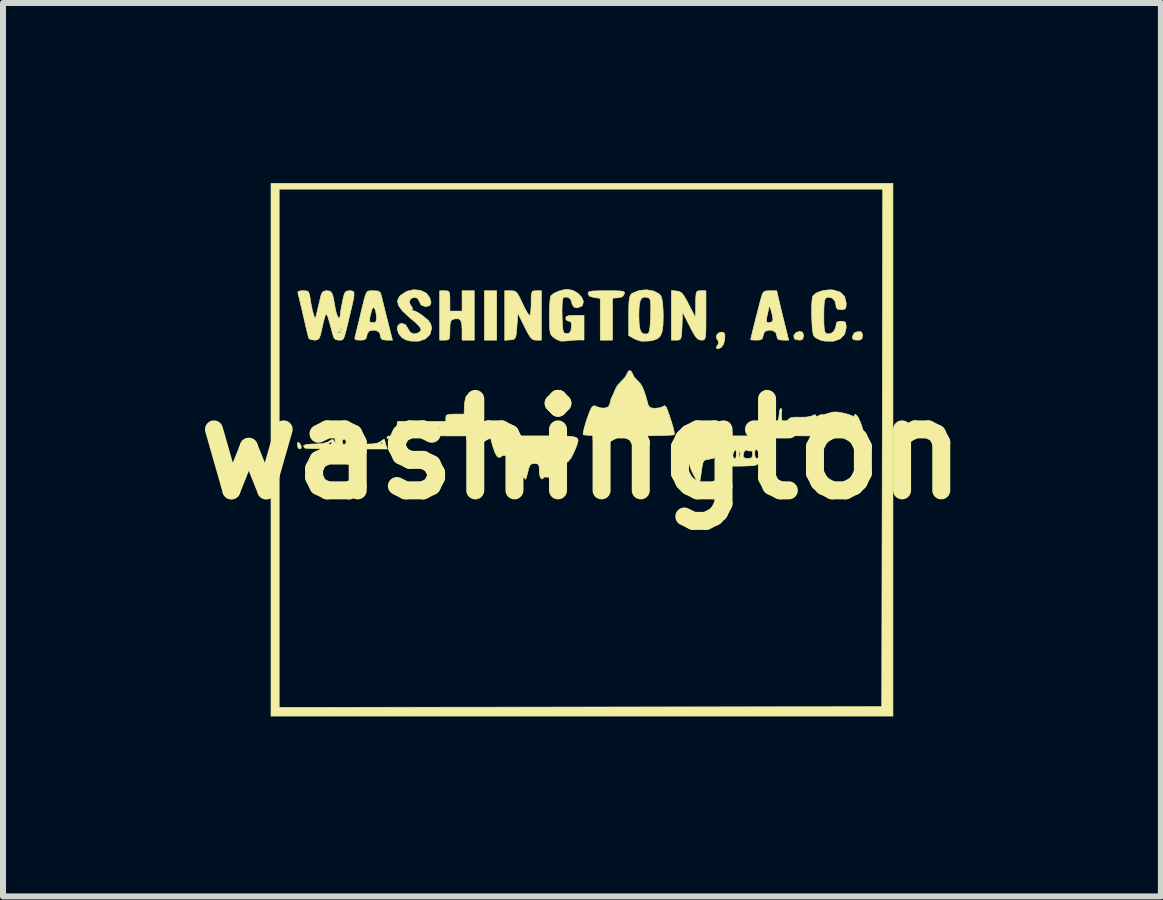
<source format=kicad_pcb>
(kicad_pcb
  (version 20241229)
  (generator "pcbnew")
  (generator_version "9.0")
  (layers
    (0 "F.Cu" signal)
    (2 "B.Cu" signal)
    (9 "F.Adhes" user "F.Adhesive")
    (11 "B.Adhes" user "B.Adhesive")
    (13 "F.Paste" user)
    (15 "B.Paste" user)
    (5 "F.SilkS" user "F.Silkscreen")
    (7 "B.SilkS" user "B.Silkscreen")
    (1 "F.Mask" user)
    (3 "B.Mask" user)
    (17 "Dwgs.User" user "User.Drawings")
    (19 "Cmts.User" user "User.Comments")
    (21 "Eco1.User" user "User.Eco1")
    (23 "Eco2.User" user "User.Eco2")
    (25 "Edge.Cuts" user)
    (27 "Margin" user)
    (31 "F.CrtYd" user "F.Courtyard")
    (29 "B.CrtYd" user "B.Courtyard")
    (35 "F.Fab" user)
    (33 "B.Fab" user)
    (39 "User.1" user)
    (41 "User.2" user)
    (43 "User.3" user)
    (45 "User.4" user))
  (footprint "washington"
    (layer "F.Cu")
    (at 6.648 4.432)
    (property "Reference" "washington" (at 0 0 0) (layer "F.SilkS") (effects (font (size 1.524 1.524) (thickness 0.3))))
    (attr through_hole)
    (fp_poly (pts (xy -1.422 -1.814) (xy -1.626 -1.814) (xy -1.626 -2.637) (xy -1.422 -2.637) (xy -1.422 -1.814)) (stroke (width 0.01) (type solid)) (fill yes) (layer "F.SilkS"))
    (fp_poly (pts (xy -4.718 -0.107) (xy -4.707 -0.097) (xy -4.677 -0.046) (xy -4.683 -0.009) (xy -4.707 0) (xy -4.732 -0.021) (xy -4.741 -0.067) (xy -4.736 -0.109) (xy -4.718 -0.107)) (stroke (width 0.01) (type solid)) (fill yes) (layer "F.SilkS"))
    (fp_poly (pts (xy -3.195 -0.203) (xy -3.2 -0.194) (xy -3.231 -0.17) (xy -3.236 -0.169) (xy -3.251 -0.188) (xy -3.251 -0.194) (xy -3.225 -0.217) (xy -3.215 -0.218) (xy -3.195 -0.203)) (stroke (width 0.01) (type solid)) (fill yes) (layer "F.SilkS"))
    (fp_poly (pts (xy 4.651 -1.953) (xy 4.671 -1.924) (xy 4.674 -1.889) (xy 4.665 -1.836) (xy 4.628 -1.816) (xy 4.587 -1.814) (xy 4.525 -1.821) (xy 4.508 -1.852) (xy 4.51 -1.881) (xy 4.539 -1.936) (xy 4.597 -1.955) (xy 4.651 -1.953)) (stroke (width 0.01) (type solid)) (fill yes) (layer "F.SilkS"))
    (fp_poly (pts (xy 3.674 -1.947) (xy 3.691 -1.903) (xy 3.691 -1.887) (xy 3.681 -1.833) (xy 3.641 -1.815) (xy 3.626 -1.814) (xy 3.561 -1.825) (xy 3.539 -1.839) (xy 3.529 -1.887) (xy 3.561 -1.935) (xy 3.618 -1.959) (xy 3.626 -1.959) (xy 3.674 -1.947)) (stroke (width 0.01) (type solid)) (fill yes) (layer "F.SilkS"))
    (fp_poly (pts (xy 5.182 4.451) (xy -5.182 4.451) (xy -5.182 -4.33) (xy -5.046 -4.33) (xy -5.046 4.306) (xy -0.025 4.3) (xy 4.995 4.294) (xy 5.004 -0.018) (xy 5.012 -4.33) (xy -5.046 -4.33) (xy -5.182 -4.33) (xy -5.182 -4.427) (xy 5.182 -4.427) (xy 5.182 4.451)) (stroke (width 0.01) (type solid)) (fill yes) (layer "F.SilkS"))
    (fp_poly (pts (xy 2.362 -1.941) (xy 2.38 -1.912) (xy 2.381 -1.849) (xy 2.381 -1.842) (xy 2.362 -1.752) (xy 2.321 -1.692) (xy 2.265 -1.669) (xy 2.236 -1.685) (xy 2.236 -1.687) (xy 2.252 -1.721) (xy 2.268 -1.741) (xy 2.278 -1.789) (xy 2.265 -1.806) (xy 2.237 -1.856) (xy 2.249 -1.908) (xy 2.292 -1.943) (xy 2.32 -1.947) (xy 2.362 -1.941)) (stroke (width 0.01) (type solid)) (fill yes) (layer "F.SilkS"))
    (fp_poly (pts (xy 0.554 -2.636) (xy 0.643 -2.633) (xy 0.69 -2.625) (xy 0.707 -2.61) (xy 0.706 -2.585) (xy 0.705 -2.582) (xy 0.673 -2.537) (xy 0.601 -2.52) (xy 0.508 -2.513) (xy 0.508 -1.814) (xy 0.305 -1.814) (xy 0.305 -2.51) (xy 0.203 -2.524) (xy 0.125 -2.547) (xy 0.102 -2.588) (xy 0.102 -2.588) (xy 0.106 -2.611) (xy 0.13 -2.625) (xy 0.184 -2.633) (xy 0.282 -2.636) (xy 0.409 -2.637) (xy 0.554 -2.636)) (stroke (width 0.01) (type solid)) (fill yes) (layer "F.SilkS"))
    (fp_poly (pts (xy -2.242 -2.634) (xy -2.216 -2.62) (xy -2.205 -2.583) (xy -2.201 -2.513) (xy -2.201 -2.467) (xy -2.201 -2.298) (xy -1.998 -2.298) (xy -1.998 -2.637) (xy -1.795 -2.637) (xy -1.795 -1.814) (xy -1.998 -1.814) (xy -1.998 -1.982) (xy -2.003 -2.084) (xy -2.021 -2.144) (xy -2.057 -2.17) (xy -2.116 -2.169) (xy -2.134 -2.165) (xy -2.17 -2.151) (xy -2.19 -2.121) (xy -2.199 -2.065) (xy -2.201 -1.982) (xy -2.203 -1.894) (xy -2.21 -1.844) (xy -2.229 -1.821) (xy -2.265 -1.815) (xy -2.286 -1.814) (xy -2.371 -1.814) (xy -2.371 -2.637) (xy -2.286 -2.637) (xy -2.242 -2.634)) (stroke (width 0.01) (type solid)) (fill yes) (layer "F.SilkS"))
    (fp_poly (pts (xy -1.139 -2.634) (xy -1.103 -2.62) (xy -1.072 -2.586) (xy -1.037 -2.523) (xy -0.994 -2.431) (xy -0.95 -2.34) (xy -0.91 -2.27) (xy -0.882 -2.23) (xy -0.874 -2.226) (xy -0.861 -2.248) (xy -0.852 -2.307) (xy -0.847 -2.393) (xy -0.847 -2.431) (xy -0.846 -2.531) (xy -0.841 -2.591) (xy -0.828 -2.623) (xy -0.803 -2.635) (xy -0.762 -2.637) (xy -0.677 -2.637) (xy -0.677 -1.814) (xy -0.76 -1.814) (xy -0.795 -1.817) (xy -0.826 -1.83) (xy -0.857 -1.86) (xy -0.892 -1.913) (xy -0.937 -1.997) (xy -0.997 -2.118) (xy -1.02 -2.165) (xy -1.067 -2.262) (xy -1.084 -2.044) (xy -1.092 -1.941) (xy -1.102 -1.877) (xy -1.118 -1.841) (xy -1.144 -1.825) (xy -1.185 -1.819) (xy -1.194 -1.819) (xy -1.287 -1.811) (xy -1.287 -2.637) (xy -1.187 -2.637) (xy -1.139 -2.634)) (stroke (width 0.01) (type solid)) (fill yes) (layer "F.SilkS"))
    (fp_poly (pts (xy 1.579 -2.632) (xy 1.623 -2.624) (xy 1.66 -2.601) (xy 1.697 -2.555) (xy 1.743 -2.478) (xy 1.78 -2.407) (xy 1.892 -2.189) (xy 1.894 -2.413) (xy 1.896 -2.518) (xy 1.901 -2.583) (xy 1.913 -2.619) (xy 1.935 -2.634) (xy 1.971 -2.637) (xy 1.981 -2.637) (xy 2.066 -2.637) (xy 2.066 -2.226) (xy 2.066 -2.076) (xy 2.064 -1.968) (xy 2.06 -1.894) (xy 2.052 -1.849) (xy 2.039 -1.825) (xy 2.02 -1.816) (xy 1.994 -1.814) (xy 1.99 -1.814) (xy 1.952 -1.82) (xy 1.918 -1.843) (xy 1.881 -1.89) (xy 1.835 -1.97) (xy 1.795 -2.048) (xy 1.676 -2.281) (xy 1.667 -2.048) (xy 1.662 -1.94) (xy 1.655 -1.872) (xy 1.642 -1.835) (xy 1.621 -1.818) (xy 1.587 -1.814) (xy 1.574 -1.814) (xy 1.49 -1.814) (xy 1.49 -2.64) (xy 1.579 -2.632)) (stroke (width 0.01) (type solid)) (fill yes) (layer "F.SilkS"))
    (fp_poly (pts (xy 1.196 -2.632) (xy 1.289 -2.582) (xy 1.316 -2.549) (xy 1.332 -2.5) (xy 1.345 -2.414) (xy 1.352 -2.303) (xy 1.354 -2.206) (xy 1.35 -2.06) (xy 1.335 -1.954) (xy 1.306 -1.882) (xy 1.257 -1.837) (xy 1.185 -1.811) (xy 1.099 -1.798) (xy 0.987 -1.797) (xy 0.899 -1.824) (xy 0.872 -1.838) (xy 0.779 -1.89) (xy 0.779 -2.224) (xy 0.779 -2.227) (xy 0.948 -2.227) (xy 0.952 -2.093) (xy 0.965 -2) (xy 0.989 -1.944) (xy 1.027 -1.918) (xy 1.082 -1.917) (xy 1.083 -1.917) (xy 1.106 -1.928) (xy 1.122 -1.96) (xy 1.132 -2.019) (xy 1.14 -2.113) (xy 1.144 -2.217) (xy 1.147 -2.342) (xy 1.145 -2.428) (xy 1.138 -2.481) (xy 1.124 -2.51) (xy 1.102 -2.524) (xy 1.097 -2.525) (xy 1.037 -2.533) (xy 0.995 -2.514) (xy 0.968 -2.463) (xy 0.953 -2.375) (xy 0.948 -2.244) (xy 0.948 -2.227) (xy 0.779 -2.227) (xy 0.78 -2.36) (xy 0.784 -2.456) (xy 0.793 -2.521) (xy 0.807 -2.562) (xy 0.828 -2.587) (xy 0.838 -2.595) (xy 0.951 -2.641) (xy 1.076 -2.653) (xy 1.196 -2.632)) (stroke (width 0.01) (type solid)) (fill yes) (layer "F.SilkS"))
    (fp_poly (pts (xy 3.286 -2.461) (xy 3.311 -2.355) (xy 3.343 -2.224) (xy 3.375 -2.092) (xy 3.386 -2.05) (xy 3.445 -1.814) (xy 3.348 -1.814) (xy 3.277 -1.822) (xy 3.252 -1.853) (xy 3.251 -1.869) (xy 3.23 -1.943) (xy 3.17 -1.978) (xy 3.112 -1.98) (xy 3.052 -1.962) (xy 3.025 -1.917) (xy 3.02 -1.893) (xy 3.005 -1.838) (xy 2.966 -1.817) (xy 2.91 -1.814) (xy 2.84 -1.817) (xy 2.811 -1.822) (xy 2.817 -1.85) (xy 2.832 -1.914) (xy 2.854 -2.006) (xy 2.881 -2.114) (xy 2.89 -2.15) (xy 3.072 -2.15) (xy 3.077 -2.116) (xy 3.104 -2.105) (xy 3.121 -2.105) (xy 3.172 -2.122) (xy 3.182 -2.159) (xy 3.175 -2.211) (xy 3.162 -2.272) (xy 3.145 -2.329) (xy 3.13 -2.368) (xy 3.119 -2.376) (xy 3.118 -2.371) (xy 3.109 -2.326) (xy 3.093 -2.255) (xy 3.085 -2.219) (xy 3.072 -2.15) (xy 2.89 -2.15) (xy 2.91 -2.228) (xy 2.938 -2.337) (xy 2.962 -2.431) (xy 2.981 -2.501) (xy 2.983 -2.51) (xy 3.006 -2.583) (xy 3.032 -2.621) (xy 3.073 -2.635) (xy 3.132 -2.637) (xy 3.245 -2.637) (xy 3.286 -2.461)) (stroke (width 0.01) (type solid)) (fill yes) (layer "F.SilkS"))
    (fp_poly (pts (xy -3.475 -2.637) (xy -3.399 -2.632) (xy -3.362 -2.609) (xy -3.342 -2.553) (xy -3.34 -2.546) (xy -3.327 -2.488) (xy -3.304 -2.395) (xy -3.275 -2.278) (xy -3.243 -2.151) (xy -3.239 -2.135) (xy -3.158 -1.814) (xy -3.256 -1.814) (xy -3.327 -1.822) (xy -3.352 -1.852) (xy -3.353 -1.869) (xy -3.374 -1.943) (xy -3.434 -1.978) (xy -3.492 -1.98) (xy -3.552 -1.962) (xy -3.579 -1.917) (xy -3.584 -1.893) (xy -3.599 -1.838) (xy -3.638 -1.817) (xy -3.696 -1.814) (xy -3.767 -1.819) (xy -3.787 -1.842) (xy -3.779 -1.881) (xy -3.766 -1.93) (xy -3.745 -2.016) (xy -3.718 -2.124) (xy -3.711 -2.155) (xy -3.541 -2.155) (xy -3.537 -2.121) (xy -3.516 -2.107) (xy -3.486 -2.105) (xy -3.444 -2.111) (xy -3.426 -2.138) (xy -3.424 -2.198) (xy -3.425 -2.213) (xy -3.437 -2.294) (xy -3.455 -2.345) (xy -3.476 -2.36) (xy -3.497 -2.333) (xy -3.501 -2.321) (xy -3.529 -2.219) (xy -3.541 -2.155) (xy -3.711 -2.155) (xy -3.691 -2.238) (xy -3.656 -2.384) (xy -3.63 -2.49) (xy -3.609 -2.561) (xy -3.59 -2.605) (xy -3.568 -2.628) (xy -3.54 -2.636) (xy -3.504 -2.637) (xy -3.475 -2.637)) (stroke (width 0.01) (type solid)) (fill yes) (layer "F.SilkS"))
    (fp_poly (pts (xy -2.693 -2.644) (xy -2.597 -2.598) (xy -2.538 -2.524) (xy -2.515 -2.44) (xy -2.536 -2.389) (xy -2.6 -2.374) (xy -2.616 -2.375) (xy -2.679 -2.399) (xy -2.709 -2.455) (xy -2.738 -2.511) (xy -2.793 -2.528) (xy -2.794 -2.528) (xy -2.85 -2.508) (xy -2.875 -2.462) (xy -2.865 -2.407) (xy -2.844 -2.382) (xy -2.823 -2.34) (xy -2.83 -2.32) (xy -2.836 -2.302) (xy -2.82 -2.306) (xy -2.781 -2.298) (xy -2.713 -2.261) (xy -2.646 -2.214) (xy -2.563 -2.144) (xy -2.521 -2.087) (xy -2.507 -2.025) (xy -2.506 -2.007) (xy -2.534 -1.907) (xy -2.609 -1.835) (xy -2.719 -1.797) (xy -2.852 -1.798) (xy -2.936 -1.819) (xy -3.004 -1.86) (xy -3.052 -1.919) (xy -3.076 -1.985) (xy -3.073 -2.044) (xy -3.04 -2.084) (xy -2.999 -2.092) (xy -2.942 -2.073) (xy -2.905 -2.013) (xy -2.861 -1.944) (xy -2.8 -1.916) (xy -2.73 -1.933) (xy -2.726 -1.935) (xy -2.688 -1.966) (xy -2.683 -2.001) (xy -2.714 -2.049) (xy -2.786 -2.118) (xy -2.862 -2.181) (xy -2.987 -2.296) (xy -3.057 -2.39) (xy -3.075 -2.469) (xy -3.042 -2.541) (xy -3.023 -2.56) (xy -2.922 -2.627) (xy -2.806 -2.654) (xy -2.693 -2.644)) (stroke (width 0.01) (type solid)) (fill yes) (layer "F.SilkS"))
    (fp_poly (pts (xy 4.186 -2.65) (xy 4.304 -2.614) (xy 4.376 -2.542) (xy 4.403 -2.435) (xy 4.403 -2.426) (xy 4.399 -2.361) (xy 4.38 -2.331) (xy 4.335 -2.322) (xy 4.318 -2.322) (xy 4.256 -2.331) (xy 4.235 -2.366) (xy 4.233 -2.39) (xy 4.216 -2.465) (xy 4.17 -2.515) (xy 4.107 -2.53) (xy 4.089 -2.527) (xy 4.063 -2.514) (xy 4.047 -2.487) (xy 4.037 -2.438) (xy 4.032 -2.358) (xy 4.03 -2.239) (xy 4.03 -2.222) (xy 4.031 -2.097) (xy 4.036 -2.013) (xy 4.046 -1.96) (xy 4.062 -1.931) (xy 4.086 -1.918) (xy 4.148 -1.923) (xy 4.201 -1.965) (xy 4.23 -2.031) (xy 4.233 -2.061) (xy 4.244 -2.111) (xy 4.288 -2.128) (xy 4.318 -2.129) (xy 4.37 -2.124) (xy 4.395 -2.102) (xy 4.402 -2.05) (xy 4.403 -2.019) (xy 4.376 -1.912) (xy 4.303 -1.836) (xy 4.192 -1.796) (xy 4.052 -1.797) (xy 3.973 -1.814) (xy 3.898 -1.852) (xy 3.863 -1.884) (xy 3.85 -1.926) (xy 3.839 -2.003) (xy 3.832 -2.105) (xy 3.828 -2.219) (xy 3.827 -2.333) (xy 3.83 -2.435) (xy 3.838 -2.513) (xy 3.848 -2.551) (xy 3.907 -2.601) (xy 4.007 -2.638) (xy 4.123 -2.653) (xy 4.186 -2.65)) (stroke (width 0.01) (type solid)) (fill yes) (layer "F.SilkS"))
    (fp_poly (pts (xy -0.148 -2.642) (xy -0.065 -2.593) (xy -0.005 -2.528) (xy 0.024 -2.458) (xy 0.009 -2.396) (xy -0.011 -2.377) (xy -0.079 -2.351) (xy -0.137 -2.367) (xy -0.167 -2.419) (xy -0.169 -2.44) (xy -0.189 -2.496) (xy -0.236 -2.53) (xy -0.292 -2.531) (xy -0.312 -2.521) (xy -0.322 -2.49) (xy -0.33 -2.42) (xy -0.333 -2.323) (xy -0.331 -2.211) (xy -0.327 -2.089) (xy -0.32 -2.008) (xy -0.311 -1.958) (xy -0.295 -1.933) (xy -0.272 -1.924) (xy -0.254 -1.923) (xy -0.209 -1.932) (xy -0.186 -1.967) (xy -0.176 -2.026) (xy -0.175 -2.093) (xy -0.192 -2.124) (xy -0.218 -2.129) (xy -0.262 -2.149) (xy -0.271 -2.177) (xy -0.261 -2.207) (xy -0.22 -2.222) (xy -0.129 -2.226) (xy -0.119 -2.226) (xy 0.034 -2.226) (xy 0.034 -1.816) (xy -0.059 -1.817) (xy -0.163 -1.812) (xy -0.26 -1.801) (xy -0.348 -1.797) (xy -0.418 -1.823) (xy -0.455 -1.847) (xy -0.491 -1.875) (xy -0.516 -1.904) (xy -0.531 -1.945) (xy -0.538 -2.006) (xy -0.541 -2.097) (xy -0.542 -2.21) (xy -0.54 -2.329) (xy -0.536 -2.433) (xy -0.529 -2.51) (xy -0.521 -2.55) (xy -0.521 -2.551) (xy -0.471 -2.593) (xy -0.383 -2.632) (xy -0.286 -2.657) (xy -0.243 -2.661) (xy -0.148 -2.642)) (stroke (width 0.01) (type solid)) (fill yes) (layer "F.SilkS"))
    (fp_poly (pts (xy 3.331 -0.657) (xy 3.327 -0.617) (xy 3.323 -0.552) (xy 3.333 -0.474) (xy 3.335 -0.467) (xy 3.358 -0.378) (xy 3.412 -0.457) (xy 3.449 -0.504) (xy 3.493 -0.526) (xy 3.567 -0.531) (xy 3.626 -0.529) (xy 3.744 -0.532) (xy 3.828 -0.549) (xy 3.841 -0.555) (xy 3.884 -0.574) (xy 3.895 -0.556) (xy 3.905 -0.538) (xy 3.945 -0.556) (xy 3.945 -0.556) (xy 3.987 -0.574) (xy 3.996 -0.571) (xy 4.022 -0.57) (xy 4.086 -0.588) (xy 4.098 -0.593) (xy 4.178 -0.615) (xy 4.255 -0.616) (xy 4.344 -0.601) (xy 4.437 -0.577) (xy 4.501 -0.553) (xy 4.512 -0.545) (xy 4.534 -0.539) (xy 4.538 -0.555) (xy 4.549 -0.577) (xy 4.576 -0.563) (xy 4.603 -0.526) (xy 4.634 -0.46) (xy 4.663 -0.382) (xy 4.684 -0.308) (xy 4.691 -0.253) (xy 4.687 -0.238) (xy 4.649 -0.231) (xy 4.556 -0.226) (xy 4.418 -0.223) (xy 4.249 -0.22) (xy 4.06 -0.218) (xy 3.863 -0.218) (xy 3.67 -0.219) (xy 3.493 -0.221) (xy 3.343 -0.225) (xy 3.234 -0.229) (xy 3.176 -0.235) (xy 3.171 -0.237) (xy 3.165 -0.275) (xy 3.179 -0.335) (xy 3.204 -0.398) (xy 3.233 -0.444) (xy 3.249 -0.455) (xy 3.271 -0.482) (xy 3.284 -0.541) (xy 3.285 -0.57) (xy 3.291 -0.635) (xy 3.306 -0.673) (xy 3.314 -0.677) (xy 3.331 -0.657)) (stroke (width 0.01) (type solid)) (fill yes) (layer "F.SilkS"))
    (fp_poly (pts (xy 0.827 -1.288) (xy 0.842 -1.253) (xy 0.871 -1.198) (xy 0.927 -1.136) (xy 0.932 -1.132) (xy 0.969 -1.094) (xy 1.001 -1.044) (xy 1.032 -0.973) (xy 1.065 -0.873) (xy 1.104 -0.733) (xy 1.104 -0.732) (xy 1.135 -0.69) (xy 1.208 -0.677) (xy 1.213 -0.677) (xy 1.297 -0.687) (xy 1.347 -0.706) (xy 1.368 -0.719) (xy 1.386 -0.718) (xy 1.404 -0.696) (xy 1.425 -0.647) (xy 1.455 -0.563) (xy 1.488 -0.462) (xy 1.517 -0.368) (xy 1.535 -0.291) (xy 1.54 -0.245) (xy 1.538 -0.238) (xy 1.5 -0.232) (xy 1.406 -0.227) (xy 1.269 -0.223) (xy 1.099 -0.22) (xy 0.91 -0.218) (xy 0.713 -0.218) (xy 0.52 -0.219) (xy 0.342 -0.221) (xy 0.193 -0.225) (xy 0.084 -0.23) (xy 0.026 -0.236) (xy 0.02 -0.238) (xy 0.02 -0.269) (xy 0.034 -0.334) (xy 0.058 -0.42) (xy 0.087 -0.512) (xy 0.119 -0.599) (xy 0.148 -0.667) (xy 0.168 -0.7) (xy 0.202 -0.722) (xy 0.25 -0.704) (xy 0.323 -0.683) (xy 0.379 -0.682) (xy 0.44 -0.701) (xy 0.465 -0.752) (xy 0.467 -0.762) (xy 0.484 -0.832) (xy 0.507 -0.883) (xy 0.537 -0.945) (xy 0.556 -0.996) (xy 0.592 -1.059) (xy 0.652 -1.125) (xy 0.657 -1.13) (xy 0.715 -1.191) (xy 0.749 -1.248) (xy 0.75 -1.253) (xy 0.772 -1.296) (xy 0.796 -1.308) (xy 0.827 -1.288)) (stroke (width 0.01) (type solid)) (fill yes) (layer "F.SilkS"))
    (fp_poly (pts (xy -0.361 -0.217) (xy -0.225 -0.213) (xy -0.135 -0.203) (xy -0.084 -0.183) (xy -0.065 -0.151) (xy -0.071 -0.105) (xy -0.094 -0.042) (xy -0.125 0.035) (xy -0.179 0.146) (xy -0.235 0.214) (xy -0.292 0.236) (xy -0.347 0.212) (xy -0.385 0.163) (xy -0.408 0.127) (xy -0.423 0.116) (xy -0.434 0.135) (xy -0.445 0.192) (xy -0.457 0.284) (xy -0.471 0.381) (xy -0.484 0.439) (xy -0.501 0.467) (xy -0.528 0.474) (xy -0.563 0.469) (xy -0.627 0.467) (xy -0.643 0.483) (xy -0.664 0.499) (xy -0.677 0.496) (xy -0.697 0.465) (xy -0.709 0.403) (xy -0.711 0.361) (xy -0.714 0.29) (xy -0.729 0.255) (xy -0.763 0.243) (xy -0.791 0.242) (xy -0.836 0.247) (xy -0.865 0.269) (xy -0.886 0.318) (xy -0.905 0.393) (xy -0.923 0.463) (xy -0.936 0.502) (xy -0.944 0.502) (xy -0.944 0.502) (xy -0.972 0.467) (xy -1.025 0.463) (xy -1.073 0.49) (xy -1.096 0.494) (xy -1.118 0.456) (xy -1.135 0.381) (xy -1.147 0.274) (xy -1.15 0.23) (xy -1.157 0.152) (xy -1.17 0.083) (xy -1.185 0.033) (xy -1.2 0.007) (xy -1.212 0.015) (xy -1.217 0.054) (xy -1.23 0.101) (xy -1.267 0.106) (xy -1.321 0.109) (xy -1.336 0.119) (xy -1.375 0.144) (xy -1.412 0.126) (xy -1.448 0.065) (xy -1.486 -0.043) (xy -1.509 -0.127) (xy -1.532 -0.218) (xy -0.8 -0.218) (xy -0.55 -0.218) (xy -0.361 -0.217)) (stroke (width 0.01) (type solid)) (fill yes) (layer "F.SilkS"))
    (fp_poly (pts (xy -1.904 -0.875) (xy -1.889 -0.818) (xy -1.877 -0.75) (xy -1.859 -0.656) (xy -1.84 -0.601) (xy -1.815 -0.573) (xy -1.778 -0.562) (xy -1.77 -0.561) (xy -1.728 -0.55) (xy -1.695 -0.523) (xy -1.666 -0.47) (xy -1.635 -0.384) (xy -1.609 -0.296) (xy -1.586 -0.218) (xy -2.035 -0.218) (xy -2.215 -0.218) (xy -2.338 -0.219) (xy -2.411 -0.223) (xy -2.445 -0.231) (xy -2.447 -0.243) (xy -2.429 -0.26) (xy -2.424 -0.264) (xy -2.384 -0.316) (xy -2.381 -0.355) (xy -2.393 -0.378) (xy -2.4 -0.355) (xy -2.401 -0.342) (xy -2.407 -0.304) (xy -2.432 -0.3) (xy -2.492 -0.326) (xy -2.579 -0.351) (xy -2.664 -0.363) (xy -2.472 -0.363) (xy -2.46 -0.343) (xy -2.45 -0.347) (xy -2.446 -0.375) (xy -2.45 -0.379) (xy -2.47 -0.376) (xy -2.472 -0.363) (xy -2.664 -0.363) (xy -2.7 -0.368) (xy -2.754 -0.371) (xy -2.865 -0.37) (xy -2.936 -0.355) (xy -2.996 -0.321) (xy -3.014 -0.307) (xy -3.1 -0.238) (xy -3.087 -0.349) (xy -3.086 -0.364) (xy -3.048 -0.364) (xy -3.023 -0.34) (xy -3.014 -0.339) (xy -2.981 -0.347) (xy -2.98 -0.349) (xy -3.004 -0.37) (xy -3.014 -0.375) (xy -3.045 -0.373) (xy -3.048 -0.364) (xy -3.086 -0.364) (xy -3.075 -0.46) (xy -2.269 -0.46) (xy -2.269 -0.52) (xy -2.263 -0.557) (xy -2.232 -0.575) (xy -2.158 -0.58) (xy -2.117 -0.581) (xy -1.964 -0.581) (xy -1.961 -0.695) (xy -1.954 -0.779) (xy -1.939 -0.852) (xy -1.933 -0.871) (xy -1.918 -0.891) (xy -1.904 -0.875)) (stroke (width 0.01) (type solid)) (fill yes) (layer "F.SilkS"))
    (fp_poly (pts (xy -4.002 -0.206) (xy -3.929 -0.177) (xy -3.86 -0.141) (xy -3.816 -0.108) (xy -3.812 -0.091) (xy -3.79 -0.085) (xy -3.716 -0.082) (xy -3.616 -0.081) (xy -3.488 -0.085) (xy -3.416 -0.097) (xy -3.353 -0.097) (xy -3.34 -0.077) (xy -3.33 -0.081) (xy -3.326 -0.109) (xy -3.33 -0.113) (xy -3.35 -0.11) (xy -3.353 -0.097) (xy -3.416 -0.097) (xy -3.408 -0.098) (xy -3.356 -0.123) (xy -3.345 -0.132) (xy -3.303 -0.162) (xy -3.287 -0.153) (xy -3.286 -0.145) (xy -3.276 -0.093) (xy -3.264 -0.054) (xy -3.243 0) (xy -3.919 0) (xy -4.126 -0.001) (xy -4.31 -0.003) (xy -4.46 -0.006) (xy -4.565 -0.01) (xy -4.615 -0.015) (xy -4.617 -0.016) (xy -4.642 -0.051) (xy -4.603 -0.074) (xy -4.502 -0.083) (xy -4.463 -0.083) (xy -4.331 -0.089) (xy -4.3 -0.097) (xy -4.216 -0.097) (xy -4.214 -0.074) (xy -4.201 -0.073) (xy -4.167 -0.09) (xy -4.166 -0.097) (xy -4.177 -0.12) (xy -4.181 -0.121) (xy -4.209 -0.104) (xy -4.216 -0.097) (xy -4.3 -0.097) (xy -4.244 -0.112) (xy -4.217 -0.127) (xy -4.167 -0.157) (xy -4.142 -0.151) (xy -4.124 -0.116) (xy -4.109 -0.091) (xy -4.109 -0.11) (xy -4.111 -0.121) (xy -3.996 -0.121) (xy -3.982 -0.082) (xy -3.962 -0.073) (xy -3.935 -0.093) (xy -3.934 -0.097) (xy -3.895 -0.097) (xy -3.882 -0.077) (xy -3.872 -0.081) (xy -3.868 -0.109) (xy -3.872 -0.113) (xy -3.892 -0.11) (xy -3.895 -0.097) (xy -3.934 -0.097) (xy -3.929 -0.121) (xy -3.943 -0.16) (xy -3.962 -0.169) (xy -3.99 -0.149) (xy -3.996 -0.121) (xy -4.111 -0.121) (xy -4.114 -0.139) (xy -4.119 -0.193) (xy -4.096 -0.215) (xy -4.06 -0.218) (xy -4.002 -0.206)) (stroke (width 0.01) (type solid)) (fill yes) (layer "F.SilkS"))
    (fp_poly (pts (xy -3.836 -2.635) (xy -3.811 -2.626) (xy -3.799 -2.603) (xy -3.799 -2.558) (xy -3.811 -2.484) (xy -3.835 -2.375) (xy -3.862 -2.262) (xy -3.899 -2.105) (xy -3.927 -1.99) (xy -3.948 -1.91) (xy -3.965 -1.859) (xy -3.982 -1.83) (xy -4 -1.817) (xy -4.021 -1.814) (xy -4.05 -1.814) (xy -4.105 -1.823) (xy -4.137 -1.859) (xy -4.151 -1.905) (xy -4.161 -1.941) (xy -4.083 -1.941) (xy -4.05 -1.937) (xy -4.006 -1.942) (xy -4.005 -1.95) (xy -4.051 -1.956) (xy -4.07 -1.952) (xy -4.083 -1.941) (xy -4.161 -1.941) (xy -4.171 -1.98) (xy -4.175 -1.996) (xy -4.03 -1.996) (xy -4.013 -1.984) (xy -3.996 -1.996) (xy -4.013 -2.008) (xy -4.03 -1.996) (xy -4.175 -1.996) (xy -4.197 -2.077) (xy -4.216 -2.141) (xy -4.236 -2.207) (xy -4.252 -2.241) (xy -4.268 -2.241) (xy -4.285 -2.204) (xy -4.306 -2.125) (xy -4.334 -2.003) (xy -4.336 -1.99) (xy -4.358 -1.899) (xy -4.378 -1.847) (xy -4.404 -1.822) (xy -4.442 -1.815) (xy -4.458 -1.814) (xy -4.525 -1.825) (xy -4.552 -1.845) (xy -4.562 -1.879) (xy -4.58 -1.951) (xy -4.604 -2.051) (xy -4.631 -2.17) (xy -4.639 -2.201) (xy -4.667 -2.326) (xy -4.694 -2.437) (xy -4.715 -2.524) (xy -4.729 -2.577) (xy -4.731 -2.582) (xy -4.734 -2.621) (xy -4.697 -2.635) (xy -4.648 -2.637) (xy -4.594 -2.635) (xy -4.562 -2.622) (xy -4.544 -2.587) (xy -4.531 -2.52) (xy -4.524 -2.471) (xy -4.51 -2.39) (xy -4.492 -2.308) (xy -4.472 -2.238) (xy -4.455 -2.189) (xy -4.443 -2.173) (xy -4.439 -2.179) (xy -4.433 -2.208) (xy -4.418 -2.271) (xy -4.402 -2.336) (xy -4.38 -2.429) (xy -4.36 -2.516) (xy -4.35 -2.558) (xy -4.326 -2.614) (xy -4.281 -2.635) (xy -4.253 -2.637) (xy -4.212 -2.633) (xy -4.182 -2.617) (xy -4.16 -2.58) (xy -4.141 -2.514) (xy -4.123 -2.411) (xy -4.113 -2.352) (xy -4.096 -2.274) (xy -4.075 -2.215) (xy -4.053 -2.182) (xy -4.037 -2.181) (xy -4.03 -2.22) (xy -4.03 -2.223) (xy -4.025 -2.27) (xy -4.012 -2.349) (xy -3.994 -2.443) (xy -3.992 -2.454) (xy -3.971 -2.547) (xy -3.952 -2.602) (xy -3.928 -2.628) (xy -3.892 -2.636) (xy -3.874 -2.637) (xy -3.836 -2.635)) (stroke (width 0.01) (type solid)) (fill yes) (layer "F.SilkS"))
    (fp_poly (pts (xy 3.068 -0.115) (xy 3.047 -0.05) (xy 3.022 -0.01) (xy 3.013 -0.004) (xy 2.986 0.024) (xy 2.978 0.056) (xy 2.975 0.093) (xy 2.964 0.086) (xy 2.945 0.054) (xy 2.912 0.008) (xy 2.889 0.01) (xy 2.879 0.058) (xy 2.879 0.084) (xy 2.886 0.14) (xy 2.911 0.157) (xy 2.927 0.154) (xy 2.958 0.154) (xy 2.958 0.186) (xy 2.95 0.21) (xy 2.934 0.244) (xy 2.907 0.265) (xy 2.855 0.277) (xy 2.76 0.282) (xy 2.665 0.285) (xy 2.521 0.286) (xy 2.433 0.279) (xy 2.405 0.267) (xy 2.377 0.245) (xy 2.354 0.242) (xy 2.323 0.23) (xy 2.306 0.187) (xy 2.3 0.106) (xy 2.299 0.103) (xy 2.299 0.085) (xy 2.345 0.085) (xy 2.348 0.134) (xy 2.356 0.147) (xy 2.36 0.139) (xy 2.364 0.103) (xy 2.416 0.103) (xy 2.419 0.138) (xy 2.445 0.168) (xy 2.463 0.153) (xy 2.47 0.097) (xy 2.513 0.097) (xy 2.518 0.132) (xy 2.545 0.167) (xy 2.564 0.155) (xy 2.572 0.1) (xy 2.572 0.085) (xy 2.616 0.085) (xy 2.619 0.134) (xy 2.627 0.147) (xy 2.631 0.139) (xy 2.633 0.123) (xy 2.684 0.123) (xy 2.714 0.153) (xy 2.775 0.159) (xy 2.826 0.148) (xy 2.844 0.107) (xy 2.845 0.088) (xy 2.839 0.042) (xy 2.823 0.032) (xy 2.823 0.032) (xy 2.781 0.033) (xy 2.759 0.023) (xy 2.723 0.017) (xy 2.698 0.054) (xy 2.695 0.061) (xy 2.684 0.123) (xy 2.633 0.123) (xy 2.637 0.081) (xy 2.632 0.043) (xy 2.623 0.029) (xy 2.617 0.058) (xy 2.616 0.085) (xy 2.572 0.085) (xy 2.572 0.079) (xy 2.568 0.023) (xy 2.558 0.011) (xy 2.537 0.036) (xy 2.533 0.041) (xy 2.513 0.097) (xy 2.47 0.097) (xy 2.47 0.097) (xy 2.47 0.079) (xy 2.467 0.023) (xy 2.459 0.011) (xy 2.44 0.039) (xy 2.435 0.047) (xy 2.416 0.103) (xy 2.364 0.103) (xy 2.366 0.081) (xy 2.361 0.043) (xy 2.352 0.029) (xy 2.346 0.058) (xy 2.345 0.085) (xy 2.299 0.085) (xy 2.297 0.029) (xy 2.291 -0.000263) (xy 2.282 0.01) (xy 2.269 0.045) (xy 2.237 0.117) (xy 2.189 0.155) (xy 2.11 0.172) (xy 2.1 0.173) (xy 2.057 0.181) (xy 2.03 0.199) (xy 2.012 0.24) (xy 1.999 0.312) (xy 1.991 0.372) (xy 1.978 0.463) (xy 1.965 0.533) (xy 1.955 0.569) (xy 1.954 0.572) (xy 1.936 0.557) (xy 1.903 0.507) (xy 1.868 0.446) (xy 1.828 0.366) (xy 1.802 0.299) (xy 1.795 0.269) (xy 1.779 0.22) (xy 1.766 0.204) (xy 1.744 0.171) (xy 1.714 0.104) (xy 1.682 0.021) (xy 1.653 -0.065) (xy 1.632 -0.138) (xy 1.626 -0.18) (xy 1.633 -0.193) (xy 1.66 -0.202) (xy 1.715 -0.209) (xy 1.806 -0.213) (xy 1.941 -0.216) (xy 2.128 -0.217) (xy 2.358 -0.218) (xy 3.091 -0.218) (xy 3.068 -0.115)) (stroke (width 0.01) (type solid)) (fill yes) (layer "F.SilkS")))
  (gr_rect
    (start -3 -3)
    (end 16.295 11.888)
    (stroke (width 0.1) (type default))
    (fill no)
    (layer "Edge.Cuts")))
</source>
